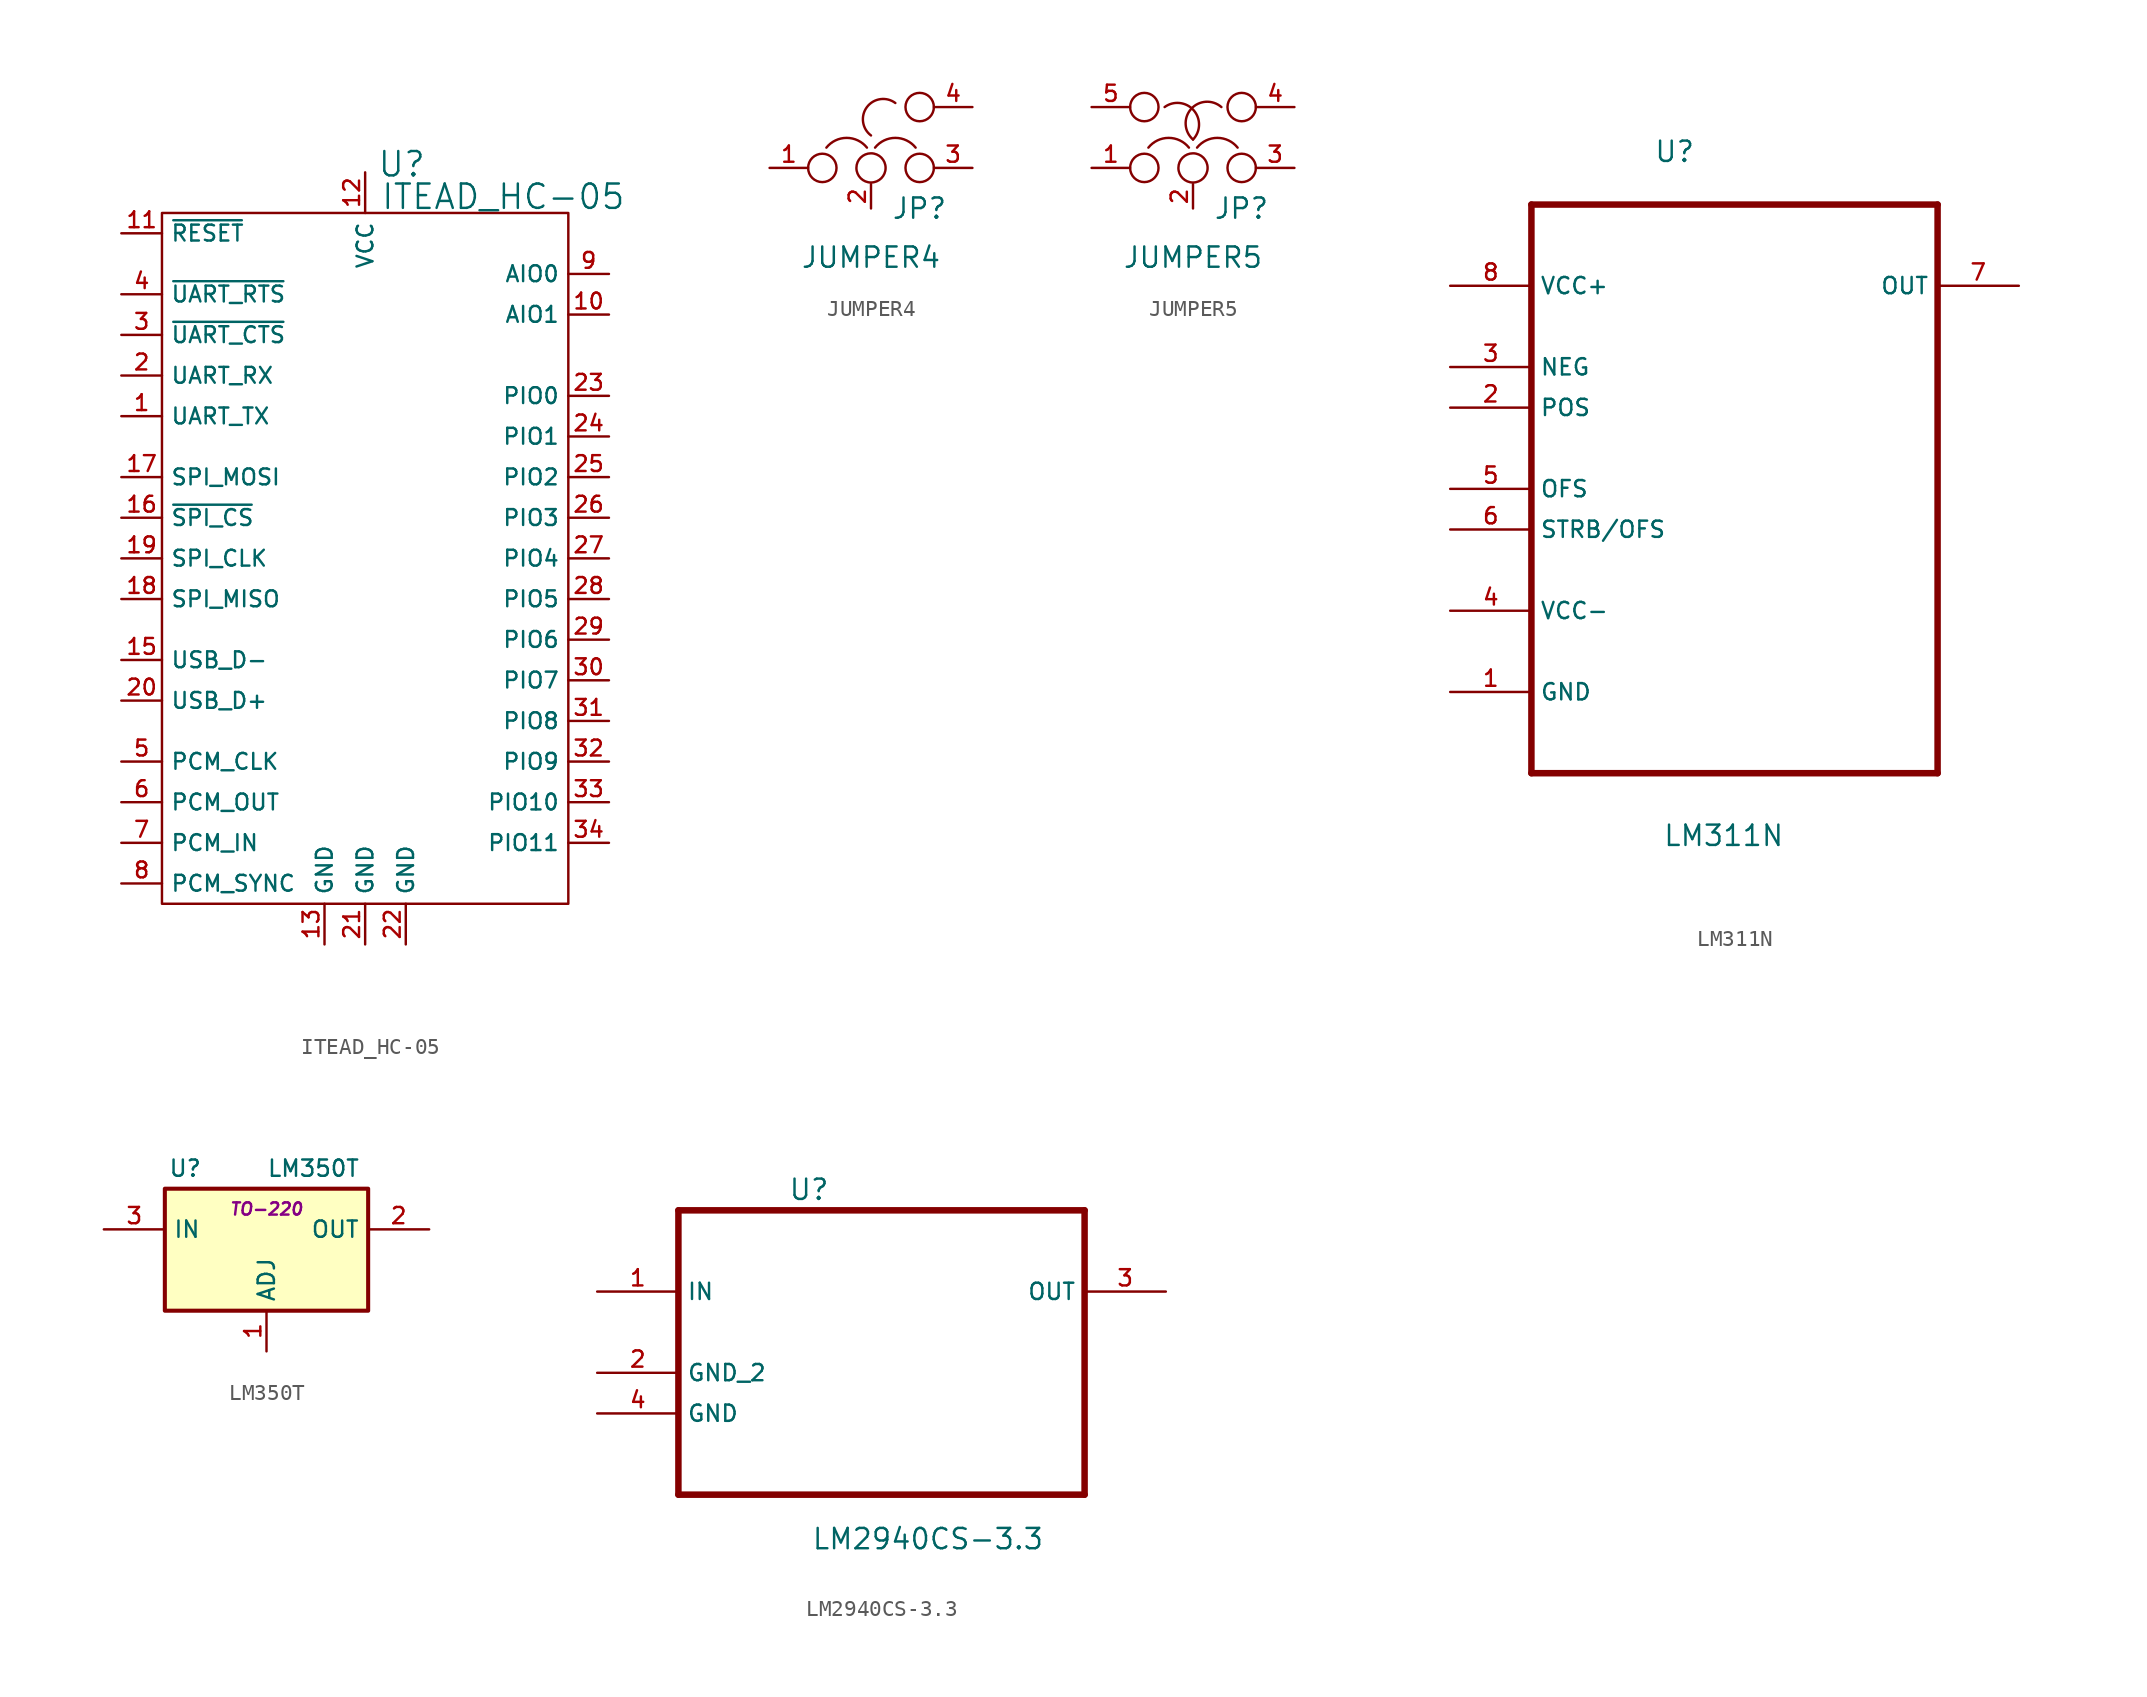
<source format=kicad_sym>
(kicad_symbol_lib
  (version 20220102)
  (generator kicad_symbol_editor)
  (symbol "ITEAD_HC-05"
    (property "Reference" "U"
      (at 2.286 24.638 0)
      (effects (font (size 1.524 1.524))))
    (property "Value" "ITEAD_HC-05"
      (at 8.636 22.606 0)
      (effects (font (size 1.524 1.524))))
    (property "Footprint" ""
      (at 0 0 0)
      (effects (font (size 1.524 1.524))))
    (property "Datasheet" ""
      (at 0 0 0)
      (effects (font (size 1.524 1.524))))
    (symbol "ITEAD_HC-05_0_1"
      (rectangle (start -12.7 21.59) (end 12.7 -21.59) (stroke (width 0) (type default)) (fill (type none))))
    (symbol "ITEAD_HC-05_1_1"
      (pin passive line (at -15.24 8.89 0) (length 2.54) (name "UART_TX" (effects (font (size 0.991 0.991)))) (number "1" (effects (font (size 0.991 0.991)))))
      (pin passive line (at 15.24 15.24 180) (length 2.54) (name "AIO1" (effects (font (size 0.991 0.991)))) (number "10" (effects (font (size 0.991 0.991)))))
      (pin passive line (at -15.24 20.32 0) (length 2.54) (name "~{RESET}" (effects (font (size 0.991 0.991)))) (number "11" (effects (font (size 0.991 0.991)))))
      (pin passive line (at 0 24.13 270) (length 2.54) (name "VCC" (effects (font (size 0.991 0.991)))) (number "12" (effects (font (size 0.991 0.991)))))
      (pin passive line (at -2.54 -24.13 90) (length 2.54) (name "GND" (effects (font (size 0.991 0.991)))) (number "13" (effects (font (size 0.991 0.991)))))
      (pin passive line (at -15.24 -6.35 0) (length 2.54) (name "USB_D-" (effects (font (size 0.991 0.991)))) (number "15" (effects (font (size 0.991 0.991)))))
      (pin passive line (at -15.24 2.54 0) (length 2.54) (name "~{SPI_CS}" (effects (font (size 0.991 0.991)))) (number "16" (effects (font (size 0.991 0.991)))))
      (pin passive line (at -15.24 5.08 0) (length 2.54) (name "SPI_MOSI" (effects (font (size 0.991 0.991)))) (number "17" (effects (font (size 0.991 0.991)))))
      (pin passive line (at -15.24 -2.54 0) (length 2.54) (name "SPI_MISO" (effects (font (size 0.991 0.991)))) (number "18" (effects (font (size 0.991 0.991)))))
      (pin passive line (at -15.24 0 0) (length 2.54) (name "SPI_CLK" (effects (font (size 0.991 0.991)))) (number "19" (effects (font (size 0.991 0.991)))))
      (pin passive line (at -15.24 11.43 0) (length 2.54) (name "UART_RX" (effects (font (size 0.991 0.991)))) (number "2" (effects (font (size 0.991 0.991)))))
      (pin passive line (at -15.24 -8.89 0) (length 2.54) (name "USB_D+" (effects (font (size 0.991 0.991)))) (number "20" (effects (font (size 0.991 0.991)))))
      (pin passive line (at 0 -24.13 90) (length 2.54) (name "GND" (effects (font (size 0.991 0.991)))) (number "21" (effects (font (size 0.991 0.991)))))
      (pin passive line (at 2.54 -24.13 90) (length 2.54) (name "GND" (effects (font (size 0.991 0.991)))) (number "22" (effects (font (size 0.991 0.991)))))
      (pin passive line (at 15.24 10.16 180) (length 2.54) (name "PIO0" (effects (font (size 0.991 0.991)))) (number "23" (effects (font (size 0.991 0.991)))))
      (pin passive line (at 15.24 7.62 180) (length 2.54) (name "PIO1" (effects (font (size 0.991 0.991)))) (number "24" (effects (font (size 0.991 0.991)))))
      (pin passive line (at 15.24 5.08 180) (length 2.54) (name "PIO2" (effects (font (size 0.991 0.991)))) (number "25" (effects (font (size 0.991 0.991)))))
      (pin passive line (at 15.24 2.54 180) (length 2.54) (name "PIO3" (effects (font (size 0.991 0.991)))) (number "26" (effects (font (size 0.991 0.991)))))
      (pin passive line (at 15.24 0 180) (length 2.54) (name "PIO4" (effects (font (size 0.991 0.991)))) (number "27" (effects (font (size 0.991 0.991)))))
      (pin passive line (at 15.24 -2.54 180) (length 2.54) (name "PIO5" (effects (font (size 0.991 0.991)))) (number "28" (effects (font (size 0.991 0.991)))))
      (pin passive line (at 15.24 -5.08 180) (length 2.54) (name "PIO6" (effects (font (size 0.991 0.991)))) (number "29" (effects (font (size 0.991 0.991)))))
      (pin passive line (at -15.24 13.97 0) (length 2.54) (name "~{UART_CTS}" (effects (font (size 0.991 0.991)))) (number "3" (effects (font (size 0.991 0.991)))))
      (pin passive line (at 15.24 -7.62 180) (length 2.54) (name "PIO7" (effects (font (size 0.991 0.991)))) (number "30" (effects (font (size 0.991 0.991)))))
      (pin passive line (at 15.24 -10.16 180) (length 2.54) (name "PIO8" (effects (font (size 0.991 0.991)))) (number "31" (effects (font (size 0.991 0.991)))))
      (pin passive line (at 15.24 -12.7 180) (length 2.54) (name "PIO9" (effects (font (size 0.991 0.991)))) (number "32" (effects (font (size 0.991 0.991)))))
      (pin passive line (at 15.24 -15.24 180) (length 2.54) (name "PIO10" (effects (font (size 0.991 0.991)))) (number "33" (effects (font (size 0.991 0.991)))))
      (pin passive line (at 15.24 -17.78 180) (length 2.54) (name "PIO11" (effects (font (size 0.991 0.991)))) (number "34" (effects (font (size 0.991 0.991)))))
      (pin passive line (at -15.24 16.51 0) (length 2.54) (name "~{UART_RTS}" (effects (font (size 0.991 0.991)))) (number "4" (effects (font (size 0.991 0.991)))))
      (pin passive line (at -15.24 -12.7 0) (length 2.54) (name "PCM_CLK" (effects (font (size 0.991 0.991)))) (number "5" (effects (font (size 0.991 0.991)))))
      (pin passive line (at -15.24 -15.24 0) (length 2.54) (name "PCM_OUT" (effects (font (size 0.991 0.991)))) (number "6" (effects (font (size 0.991 0.991)))))
      (pin passive line (at -15.24 -17.78 0) (length 2.54) (name "PCM_IN" (effects (font (size 0.991 0.991)))) (number "7" (effects (font (size 0.991 0.991)))))
      (pin passive line (at -15.24 -20.32 0) (length 2.54) (name "PCM_SYNC" (effects (font (size 0.991 0.991)))) (number "8" (effects (font (size 0.991 0.991)))))
      (pin passive line (at 15.24 17.78 180) (length 2.54) (name "AIO0" (effects (font (size 0.991 0.991)))) (number "9" (effects (font (size 0.991 0.991)))))))
  (symbol "JUMPER4"
    (pin_names
      (offset 0.762) hide)
    (property "Reference" "JP"
      (at 1.27 -2.54 0)
      (effects (font (size 1.27 1.27)) (justify left)))
    (property "Value" "JUMPER4"
      (at 0 -6.35 0)
      (effects (font (size 1.27 1.27)) (justify bottom)))
    (property "Footprint" ""
      (at 0 0 0)
      (effects (font (size 1.27 1.27))))
    (property "Datasheet" ""
      (at 0 0 0)
      (effects (font (size 1.27 1.27))))
    (symbol "JUMPER4_0_1"
      (circle (center -3.048 0) (radius 0.889) (stroke (width 0) (type default)) (fill (type none)))
      (arc (start -0.254 1.27) (mid -1.524 1.8804) (end -2.794 1.27) (stroke (width 0) (type default)) (fill (type none)))
      (circle (center 0 0) (radius 0.914) (stroke (width 0) (type default)) (fill (type none)))
      (arc (start 1.524 4.064) (mid -0.254 3.81) (end 0 2.032) (stroke (width 0) (type default)) (fill (type none)))
      (arc (start 2.794 1.27) (mid 1.524 1.8804) (end 0.254 1.27) (stroke (width 0) (type default)) (fill (type none)))
      (circle (center 3.048 0) (radius 0.889) (stroke (width 0) (type default)) (fill (type none)))
      (circle (center 3.048 3.81) (radius 0.889) (stroke (width 0) (type default)) (fill (type none)))
      (pin passive line (at -6.35 0 0) (length 2.413) (name "1" (effects (font (size 1.016 1.016)))) (number "1" (effects (font (size 1.016 1.016)))))
      (pin passive line (at 0 -2.54 90) (length 1.524) (name "2" (effects (font (size 1.016 1.016)))) (number "2" (effects (font (size 1.016 1.016)))))
      (pin passive line (at 6.35 0 180) (length 2.413) (name "3" (effects (font (size 1.016 1.016)))) (number "3" (effects (font (size 1.016 1.016)))))
      (pin passive line (at 6.35 3.81 180) (length 2.413) (name "4" (effects (font (size 1.016 1.016)))) (number "4" (effects (font (size 1.016 1.016)))))))
  (symbol "JUMPER5"
    (pin_names
      (offset 0.762) hide)
    (property "Reference" "JP"
      (at 1.27 -2.54 0)
      (effects (font (size 1.27 1.27)) (justify left)))
    (property "Value" "JUMPER5"
      (at 0 -6.35 0)
      (effects (font (size 1.27 1.27)) (justify bottom)))
    (property "Footprint" ""
      (at 0 0 0)
      (effects (font (size 1.27 1.27))))
    (property "Datasheet" ""
      (at 0 0 0)
      (effects (font (size 1.27 1.27))))
    (symbol "JUMPER5_0_1"
      (circle (center -3.048 0) (radius 0.889) (stroke (width 0) (type default)) (fill (type none)))
      (circle (center -3.048 3.81) (radius 0.889) (stroke (width 0) (type default)) (fill (type none)))
      (arc (start -0.254 1.27) (mid -1.524 1.8804) (end -2.794 1.27) (stroke (width 0) (type default)) (fill (type none)))
      (circle (center 0 0) (radius 0.914) (stroke (width 0) (type default)) (fill (type none)))
      (arc (start 0 1.778) (mid 0.0439 3.6104) (end -1.778 3.81) (stroke (width 0) (type default)) (fill (type none)))
      (arc (start 1.778 3.81) (mid -0.127 3.683) (end 0 1.778) (stroke (width 0) (type default)) (fill (type none)))
      (arc (start 2.794 1.27) (mid 1.524 1.8804) (end 0.254 1.27) (stroke (width 0) (type default)) (fill (type none)))
      (circle (center 3.048 0) (radius 0.889) (stroke (width 0) (type default)) (fill (type none)))
      (circle (center 3.048 3.81) (radius 0.889) (stroke (width 0) (type default)) (fill (type none)))
      (pin passive line (at -6.35 0 0) (length 2.413) (name "1" (effects (font (size 1.016 1.016)))) (number "1" (effects (font (size 1.016 1.016)))))
      (pin passive line (at 0 -2.54 90) (length 1.524) (name "2" (effects (font (size 1.016 1.016)))) (number "2" (effects (font (size 1.016 1.016)))))
      (pin passive line (at 6.35 0 180) (length 2.413) (name "3" (effects (font (size 1.016 1.016)))) (number "3" (effects (font (size 1.016 1.016)))))
      (pin passive line (at 6.35 3.81 180) (length 2.413) (name "4" (effects (font (size 1.016 1.016)))) (number "4" (effects (font (size 1.016 1.016)))))
      (pin passive line (at -6.35 3.81 0) (length 2.413) (name "5" (effects (font (size 1.016 1.016)))) (number "5" (effects (font (size 1.016 1.016)))))))
  (symbol "LM311N"
    (property "Reference" "U"
      (at -5.055 17.805 0)
      (effects (font (size 1.27 1.27)) (justify left bottom)))
    (property "Value" "LM311N"
      (at -4.496 -24.968 0)
      (effects (font (size 1.27 1.27)) (justify left bottom)))
    (symbol "LM311N_0_0"
      (polyline (pts (xy -12.7 -20.32) (xy 12.7 -20.32)) (stroke (width 0.406) (type default)) (fill (type none)))
      (polyline (pts (xy -12.7 15.24) (xy -12.7 -20.32)) (stroke (width 0.406) (type default)) (fill (type none)))
      (polyline (pts (xy 12.7 -20.32) (xy 12.7 15.24)) (stroke (width 0.406) (type default)) (fill (type none)))
      (polyline (pts (xy 12.7 15.24) (xy -12.7 15.24)) (stroke (width 0.406) (type default)) (fill (type none)))
      (pin passive line (at -17.78 -15.24 0) (length 5.08) (name "GND" (effects (font (size 1.016 1.016)))) (number "1" (effects (font (size 1.016 1.016)))))
      (pin input line (at -17.78 2.54 0) (length 5.08) (name "POS" (effects (font (size 1.016 1.016)))) (number "2" (effects (font (size 1.016 1.016)))))
      (pin input line (at -17.78 5.08 0) (length 5.08) (name "NEG" (effects (font (size 1.016 1.016)))) (number "3" (effects (font (size 1.016 1.016)))))
      (pin power_in line (at -17.78 -10.16 0) (length 5.08) (name "VCC-" (effects (font (size 1.016 1.016)))) (number "4" (effects (font (size 1.016 1.016)))))
      (pin passive line (at -17.78 -2.54 0) (length 5.08) (name "OFS" (effects (font (size 1.016 1.016)))) (number "5" (effects (font (size 1.016 1.016)))))
      (pin passive line (at -17.78 -5.08 0) (length 5.08) (name "STRB/OFS" (effects (font (size 1.016 1.016)))) (number "6" (effects (font (size 1.016 1.016)))))
      (pin output line (at 17.78 10.16 180) (length 5.08) (name "OUT" (effects (font (size 1.016 1.016)))) (number "7" (effects (font (size 1.016 1.016)))))
      (pin power_in line (at -17.78 10.16 0) (length 5.08) (name "VCC+" (effects (font (size 1.016 1.016)))) (number "8" (effects (font (size 1.016 1.016)))))))
  (symbol "LM350T"
    (property "Reference" "U"
      (at -5.08 5.08 0)
      (effects (font (size 1.016 1.016))))
    (property "Value" "LM350T"
      (at 0 5.08 0)
      (effects (font (size 1.016 1.016)) (justify left)))
    (property "Footprint" "TO-220"
      (at 0 2.54 0)
      (effects (font (size 0.762 0.762) italic)))
    (property "Datasheet" ""
      (at 0 0 0)
      (effects (font (size 1.524 1.524))))
    (symbol "LM350T_0_1"
      (rectangle (start -6.35 3.81) (end 6.35 -3.81) (stroke (width 0.254) (type default)) (fill (type background))))
    (symbol "LM350T_1_1"
      (pin input line (at 0 -6.35 90) (length 2.54) (name "ADJ" (effects (font (size 1.016 1.016)))) (number "1" (effects (font (size 1.016 1.016)))))
      (pin power_out line (at 10.16 1.27 180) (length 3.81) (name "OUT" (effects (font (size 1.016 1.016)))) (number "2" (effects (font (size 1.016 1.016)))))
      (pin input line (at -10.16 1.27 0) (length 3.81) (name "IN" (effects (font (size 1.016 1.016)))) (number "3" (effects (font (size 1.016 1.016)))))))
  (symbol "LM2940CS-3.3"
    (property "Reference" "U"
      (at -5.842 6.375 0)
      (effects (font (size 1.27 1.27)) (justify left)))
    (property "Value" "LM2940CS-3.3"
      (at -4.394 -15.469 0)
      (effects (font (size 1.27 1.27)) (justify left)))
    (property "Datasheet" ""
      (at 0 0 0)
      (effects (font (size 1.524 1.524))))
    (property "ki_locked" ""
      (at 0 0 0)
      (effects (font (size 1.27 1.27))))
    (symbol "LM2940CS-3.3_0_0"
      (polyline (pts (xy -12.7 -12.7) (xy 12.7 -12.7)) (stroke (width 0.406) (type default)) (fill (type none)))
      (polyline (pts (xy -12.7 5.08) (xy -12.7 -12.7)) (stroke (width 0.406) (type default)) (fill (type none)))
      (polyline (pts (xy 12.7 -12.7) (xy 12.7 5.08)) (stroke (width 0.406) (type default)) (fill (type none)))
      (polyline (pts (xy 12.7 5.08) (xy -12.7 5.08)) (stroke (width 0.406) (type default)) (fill (type none)))
      (pin input line (at -17.78 0 0) (length 5.08) (name "IN" (effects (font (size 1.016 1.016)))) (number "1" (effects (font (size 1.016 1.016)))))
      (pin passive line (at -17.78 -5.08 0) (length 5.08) (name "GND_2" (effects (font (size 1.016 1.016)))) (number "2" (effects (font (size 1.016 1.016)))))
      (pin output line (at 17.78 0 180) (length 5.08) (name "OUT" (effects (font (size 1.016 1.016)))) (number "3" (effects (font (size 1.016 1.016)))))
      (pin passive line (at -17.78 -7.62 0) (length 5.08) (name "GND" (effects (font (size 1.016 1.016)))) (number "4" (effects (font (size 1.016 1.016))))))))
</source>
